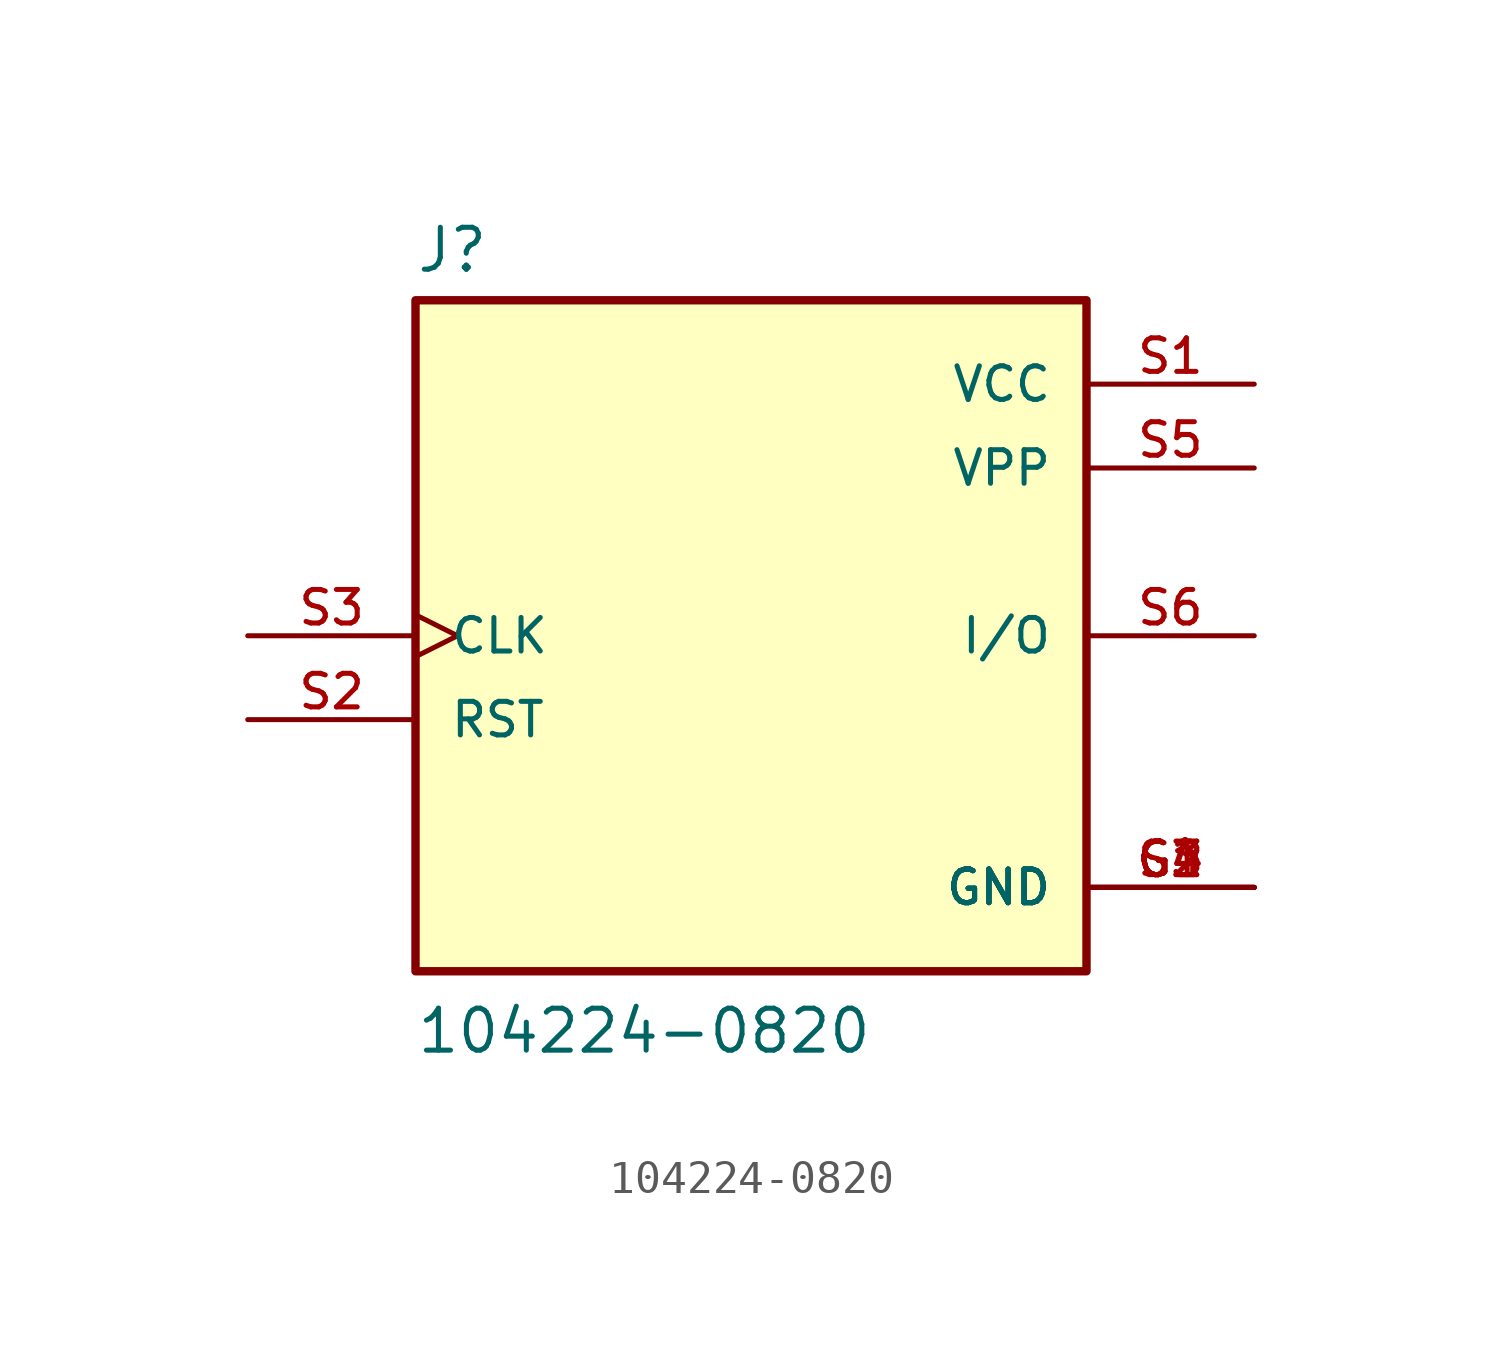
<source format=kicad_sym>
(kicad_symbol_lib
  (version 20211014)
  (generator kicad_symbol_editor)
  (symbol "104224-0820"
    (pin_names
      (offset 1.016))
    (property "Reference" "J"
      (at -10.174 10.937 0)
      (effects (font (size 1.27 1.27)) (justify bottom left)))
    (property "Value" "104224-0820"
      (at -10.17 -12.712 0)
      (effects (font (size 1.27 1.27)) (justify bottom left)))
    (symbol "104224-0820_0_0"
      (rectangle (start -10.16 -10.16) (end 10.16 10.16) (stroke (width 0.254)) (fill (type background)))
      (pin power_in line (at 15.24 7.62 180.0) (length 5.08) (name "VCC" (effects (font (size 1.016 1.016)))) (number "S1" (effects (font (size 1.016 1.016)))))
      (pin power_in line (at 15.24 5.08 180.0) (length 5.08) (name "VPP" (effects (font (size 1.016 1.016)))) (number "S5" (effects (font (size 1.016 1.016)))))
      (pin input line (at -15.24 -2.54 0) (length 5.08) (name "RST" (effects (font (size 1.016 1.016)))) (number "S2" (effects (font (size 1.016 1.016)))))
      (pin input clock (at -15.24 0.0 0) (length 5.08) (name "CLK" (effects (font (size 1.016 1.016)))) (number "S3" (effects (font (size 1.016 1.016)))))
      (pin power_in line (at 15.24 -7.62 180.0) (length 5.08) (name "GND" (effects (font (size 1.016 1.016)))) (number "G1" (effects (font (size 1.016 1.016)))))
      (pin power_in line (at 15.24 -7.62 180.0) (length 5.08) (name "GND" (effects (font (size 1.016 1.016)))) (number "G2" (effects (font (size 1.016 1.016)))))
      (pin power_in line (at 15.24 -7.62 180.0) (length 5.08) (name "GND" (effects (font (size 1.016 1.016)))) (number "G3" (effects (font (size 1.016 1.016)))))
      (pin power_in line (at 15.24 -7.62 180.0) (length 5.08) (name "GND" (effects (font (size 1.016 1.016)))) (number "G4" (effects (font (size 1.016 1.016)))))
      (pin power_in line (at 15.24 -7.62 180.0) (length 5.08) (name "GND" (effects (font (size 1.016 1.016)))) (number "S4" (effects (font (size 1.016 1.016)))))
      (pin bidirectional line (at 15.24 0.0 180.0) (length 5.08) (name "I/O" (effects (font (size 1.016 1.016)))) (number "S6" (effects (font (size 1.016 1.016))))))))
</source>
